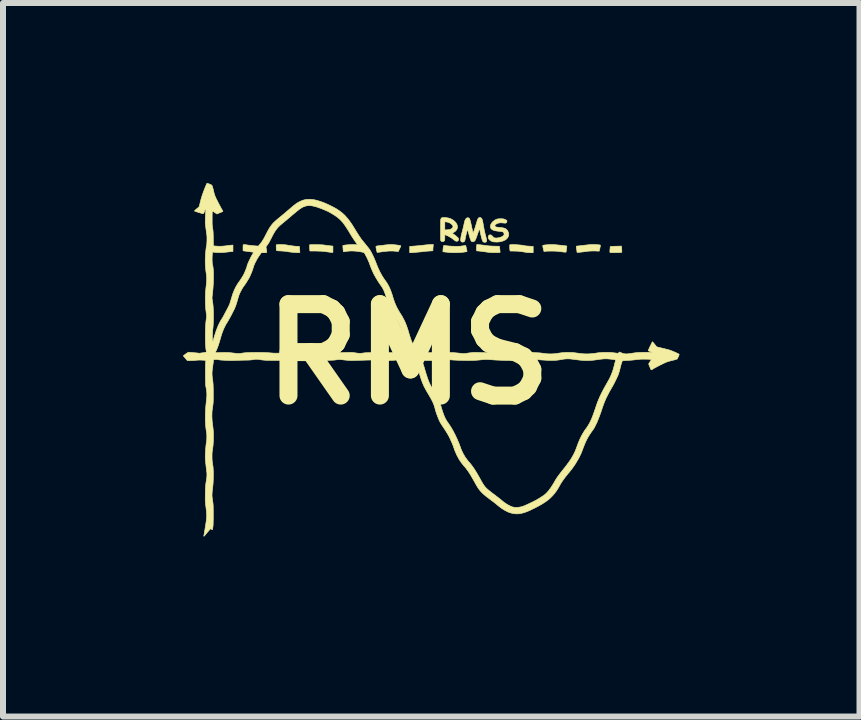
<source format=kicad_pcb>
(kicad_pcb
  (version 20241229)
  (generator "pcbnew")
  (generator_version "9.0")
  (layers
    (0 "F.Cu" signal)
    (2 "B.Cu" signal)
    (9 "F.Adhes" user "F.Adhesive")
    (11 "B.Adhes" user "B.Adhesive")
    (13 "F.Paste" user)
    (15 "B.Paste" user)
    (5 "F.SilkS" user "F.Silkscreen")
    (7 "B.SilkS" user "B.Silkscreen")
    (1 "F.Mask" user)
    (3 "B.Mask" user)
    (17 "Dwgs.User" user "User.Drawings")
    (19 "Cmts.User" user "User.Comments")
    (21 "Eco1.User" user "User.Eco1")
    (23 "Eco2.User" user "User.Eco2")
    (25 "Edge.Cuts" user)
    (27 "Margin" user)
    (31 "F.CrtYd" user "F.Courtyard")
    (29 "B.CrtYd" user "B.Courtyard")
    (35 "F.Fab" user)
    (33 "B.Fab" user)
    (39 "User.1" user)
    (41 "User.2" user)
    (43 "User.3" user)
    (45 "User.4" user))
  (footprint "RMS"
    (layer "F.Cu")
    (at 3.754 2.854)
    (property "Reference" "RMS" (at 0 0 0) (layer "F.SilkS") (effects (font (size 1.524 1.524) (thickness 0.3))))
    (attr through_hole)
    (fp_poly (pts (xy 3.559 -1.752) (xy 3.56 -1.73) (xy 3.56 -1.713) (xy 3.56 -1.701) (xy 3.56 -1.699) (xy 3.554 -1.697) (xy 3.539 -1.696) (xy 3.519 -1.695) (xy 3.494 -1.694) (xy 3.467 -1.694) (xy 3.439 -1.693) (xy 3.414 -1.693) (xy 3.391 -1.693) (xy 3.375 -1.694) (xy 3.366 -1.695) (xy 3.365 -1.695) (xy 3.362 -1.701) (xy 3.361 -1.713) (xy 3.362 -1.734) (xy 3.363 -1.746) (xy 3.365 -1.767) (xy 3.366 -1.784) (xy 3.368 -1.793) (xy 3.369 -1.795) (xy 3.374 -1.796) (xy 3.388 -1.797) (xy 3.409 -1.798) (xy 3.435 -1.799) (xy 3.463 -1.8) (xy 3.555 -1.802) (xy 3.559 -1.752)) (stroke (width 0.01) (type solid)) (fill yes) (layer "F.SilkS"))
    (fp_poly (pts (xy 1.766 -1.827) (xy 1.798 -1.826) (xy 1.832 -1.823) (xy 1.868 -1.82) (xy 1.901 -1.816) (xy 1.929 -1.811) (xy 1.933 -1.81) (xy 1.956 -1.806) (xy 1.985 -1.803) (xy 2.015 -1.801) (xy 2.028 -1.8) (xy 2.083 -1.797) (xy 2.083 -1.692) (xy 2.041 -1.692) (xy 2.019 -1.693) (xy 1.999 -1.694) (xy 1.986 -1.695) (xy 1.984 -1.695) (xy 1.973 -1.697) (xy 1.955 -1.7) (xy 1.931 -1.703) (xy 1.906 -1.708) (xy 1.905 -1.708) (xy 1.832 -1.717) (xy 1.77 -1.719) (xy 1.698 -1.72) (xy 1.695 -1.737) (xy 1.693 -1.752) (xy 1.692 -1.772) (xy 1.692 -1.789) (xy 1.692 -1.823) (xy 1.721 -1.827) (xy 1.74 -1.828) (xy 1.766 -1.827)) (stroke (width 0.01) (type solid)) (fill yes) (layer "F.SilkS"))
    (fp_poly (pts (xy 0.415 -1.791) (xy 0.413 -1.77) (xy 0.412 -1.751) (xy 0.411 -1.738) (xy 0.411 -1.737) (xy 0.411 -1.724) (xy 0.352 -1.72) (xy 0.324 -1.718) (xy 0.297 -1.716) (xy 0.274 -1.714) (xy 0.262 -1.712) (xy 0.247 -1.71) (xy 0.224 -1.707) (xy 0.197 -1.705) (xy 0.166 -1.702) (xy 0.134 -1.699) (xy 0.104 -1.696) (xy 0.077 -1.694) (xy 0.055 -1.692) (xy 0.041 -1.692) (xy 0.04 -1.692) (xy 0.025 -1.692) (xy 0.025 -1.797) (xy 0.108 -1.803) (xy 0.141 -1.806) (xy 0.175 -1.809) (xy 0.207 -1.812) (xy 0.234 -1.815) (xy 0.241 -1.816) (xy 0.268 -1.819) (xy 0.301 -1.823) (xy 0.334 -1.825) (xy 0.355 -1.827) (xy 0.418 -1.83) (xy 0.415 -1.791)) (stroke (width 0.01) (type solid)) (fill yes) (layer "F.SilkS"))
    (fp_poly (pts (xy -1.545 -1.826) (xy -1.514 -1.826) (xy -1.483 -1.825) (xy -1.455 -1.824) (xy -1.43 -1.823) (xy -1.411 -1.821) (xy -1.4 -1.82) (xy -1.381 -1.817) (xy -1.357 -1.813) (xy -1.33 -1.81) (xy -1.312 -1.808) (xy -1.255 -1.802) (xy -1.255 -1.697) (xy -1.276 -1.697) (xy -1.294 -1.699) (xy -1.315 -1.701) (xy -1.328 -1.703) (xy -1.349 -1.706) (xy -1.374 -1.709) (xy -1.399 -1.713) (xy -1.402 -1.713) (xy -1.421 -1.715) (xy -1.448 -1.717) (xy -1.48 -1.718) (xy -1.514 -1.719) (xy -1.542 -1.72) (xy -1.639 -1.72) (xy -1.643 -1.77) (xy -1.644 -1.791) (xy -1.644 -1.809) (xy -1.644 -1.82) (xy -1.643 -1.823) (xy -1.637 -1.825) (xy -1.622 -1.825) (xy -1.601 -1.826) (xy -1.574 -1.826) (xy -1.545 -1.826)) (stroke (width 0.01) (type solid)) (fill yes) (layer "F.SilkS"))
    (fp_poly (pts (xy 0.611 -1.811) (xy 0.611 -1.811) (xy 0.646 -1.807) (xy 0.685 -1.803) (xy 0.727 -1.8) (xy 0.77 -1.799) (xy 0.81 -1.798) (xy 0.847 -1.799) (xy 0.876 -1.801) (xy 0.889 -1.803) (xy 0.91 -1.806) (xy 0.93 -1.809) (xy 0.938 -1.81) (xy 0.959 -1.812) (xy 0.97 -1.762) (xy 0.975 -1.741) (xy 0.979 -1.724) (xy 0.98 -1.713) (xy 0.98 -1.71) (xy 0.974 -1.709) (xy 0.961 -1.707) (xy 0.941 -1.704) (xy 0.917 -1.7) (xy 0.912 -1.7) (xy 0.872 -1.696) (xy 0.826 -1.694) (xy 0.779 -1.693) (xy 0.734 -1.693) (xy 0.699 -1.695) (xy 0.684 -1.696) (xy 0.664 -1.698) (xy 0.64 -1.701) (xy 0.628 -1.702) (xy 0.578 -1.708) (xy 0.581 -1.754) (xy 0.584 -1.78) (xy 0.586 -1.797) (xy 0.589 -1.807) (xy 0.594 -1.812) (xy 0.601 -1.813) (xy 0.611 -1.811)) (stroke (width 0.01) (type solid)) (fill yes) (layer "F.SilkS"))
    (fp_poly (pts (xy 1.181 -1.826) (xy 1.199 -1.824) (xy 1.225 -1.821) (xy 1.255 -1.817) (xy 1.284 -1.813) (xy 1.288 -1.812) (xy 1.339 -1.806) (xy 1.396 -1.802) (xy 1.44 -1.801) (xy 1.521 -1.799) (xy 1.527 -1.749) (xy 1.529 -1.728) (xy 1.531 -1.711) (xy 1.531 -1.7) (xy 1.531 -1.697) (xy 1.525 -1.696) (xy 1.511 -1.695) (xy 1.491 -1.694) (xy 1.466 -1.694) (xy 1.439 -1.694) (xy 1.412 -1.694) (xy 1.387 -1.695) (xy 1.366 -1.696) (xy 1.356 -1.697) (xy 1.331 -1.7) (xy 1.305 -1.703) (xy 1.283 -1.706) (xy 1.278 -1.707) (xy 1.26 -1.71) (xy 1.236 -1.713) (xy 1.211 -1.716) (xy 1.186 -1.719) (xy 1.165 -1.721) (xy 1.15 -1.722) (xy 1.147 -1.722) (xy 1.142 -1.723) (xy 1.139 -1.729) (xy 1.138 -1.74) (xy 1.138 -1.76) (xy 1.138 -1.76) (xy 1.138 -1.781) (xy 1.14 -1.8) (xy 1.141 -1.813) (xy 1.144 -1.829) (xy 1.181 -1.826)) (stroke (width 0.01) (type solid)) (fill yes) (layer "F.SilkS"))
    (fp_poly (pts (xy -2.107 -1.827) (xy -2.077 -1.826) (xy -2.05 -1.824) (xy -2.027 -1.821) (xy -2.014 -1.819) (xy -1.996 -1.815) (xy -1.97 -1.811) (xy -1.94 -1.807) (xy -1.909 -1.803) (xy -1.88 -1.8) (xy -1.856 -1.799) (xy -1.843 -1.798) (xy -1.815 -1.798) (xy -1.812 -1.777) (xy -1.81 -1.759) (xy -1.808 -1.737) (xy -1.808 -1.725) (xy -1.806 -1.694) (xy -1.842 -1.693) (xy -1.861 -1.694) (xy -1.887 -1.695) (xy -1.916 -1.697) (xy -1.94 -1.7) (xy -1.966 -1.703) (xy -1.99 -1.706) (xy -2.009 -1.71) (xy -2.021 -1.712) (xy -2.033 -1.714) (xy -2.052 -1.716) (xy -2.077 -1.718) (xy -2.105 -1.72) (xy -2.116 -1.721) (xy -2.147 -1.722) (xy -2.172 -1.724) (xy -2.188 -1.726) (xy -2.196 -1.729) (xy -2.196 -1.729) (xy -2.197 -1.737) (xy -2.199 -1.751) (xy -2.199 -1.771) (xy -2.2 -1.779) (xy -2.2 -1.823) (xy -2.176 -1.827) (xy -2.159 -1.828) (xy -2.135 -1.828) (xy -2.107 -1.827)) (stroke (width 0.01) (type solid)) (fill yes) (layer "F.SilkS"))
    (fp_poly (pts (xy -0.243 -1.826) (xy -0.196 -1.821) (xy -0.195 -1.821) (xy -0.166 -1.817) (xy -0.145 -1.813) (xy -0.132 -1.81) (xy -0.125 -1.808) (xy -0.123 -1.805) (xy -0.123 -1.804) (xy -0.126 -1.798) (xy -0.131 -1.785) (xy -0.139 -1.767) (xy -0.145 -1.755) (xy -0.165 -1.711) (xy -0.185 -1.714) (xy -0.25 -1.72) (xy -0.322 -1.72) (xy -0.401 -1.712) (xy -0.419 -1.71) (xy -0.453 -1.705) (xy -0.478 -1.701) (xy -0.496 -1.699) (xy -0.508 -1.698) (xy -0.515 -1.698) (xy -0.518 -1.698) (xy -0.52 -1.7) (xy -0.52 -1.702) (xy -0.52 -1.703) (xy -0.523 -1.714) (xy -0.527 -1.731) (xy -0.531 -1.751) (xy -0.535 -1.769) (xy -0.537 -1.785) (xy -0.538 -1.793) (xy -0.537 -1.797) (xy -0.531 -1.801) (xy -0.519 -1.804) (xy -0.499 -1.807) (xy -0.489 -1.808) (xy -0.461 -1.811) (xy -0.429 -1.815) (xy -0.397 -1.819) (xy -0.384 -1.821) (xy -0.333 -1.826) (xy -0.288 -1.828) (xy -0.243 -1.826)) (stroke (width 0.01) (type solid)) (fill yes) (layer "F.SilkS"))
    (fp_poly (pts (xy 3.09 -1.828) (xy 3.119 -1.827) (xy 3.146 -1.826) (xy 3.17 -1.824) (xy 3.188 -1.822) (xy 3.199 -1.82) (xy 3.202 -1.819) (xy 3.203 -1.812) (xy 3.201 -1.795) (xy 3.196 -1.771) (xy 3.195 -1.766) (xy 3.183 -1.718) (xy 3.114 -1.721) (xy 3.078 -1.721) (xy 3.045 -1.72) (xy 3.009 -1.718) (xy 2.968 -1.713) (xy 2.962 -1.712) (xy 2.917 -1.706) (xy 2.882 -1.702) (xy 2.855 -1.699) (xy 2.836 -1.698) (xy 2.823 -1.697) (xy 2.816 -1.698) (xy 2.814 -1.7) (xy 2.813 -1.707) (xy 2.811 -1.721) (xy 2.809 -1.74) (xy 2.807 -1.75) (xy 2.804 -1.771) (xy 2.803 -1.787) (xy 2.802 -1.798) (xy 2.802 -1.8) (xy 2.809 -1.802) (xy 2.82 -1.803) (xy 2.83 -1.804) (xy 2.847 -1.806) (xy 2.872 -1.809) (xy 2.901 -1.812) (xy 2.933 -1.816) (xy 2.938 -1.817) (xy 2.977 -1.821) (xy 3.009 -1.825) (xy 3.037 -1.827) (xy 3.063 -1.828) (xy 3.09 -1.828)) (stroke (width 0.01) (type solid)) (fill yes) (layer "F.SilkS"))
    (fp_poly (pts (xy 2.421 -1.827) (xy 2.428 -1.827) (xy 2.449 -1.825) (xy 2.474 -1.823) (xy 2.503 -1.82) (xy 2.533 -1.817) (xy 2.562 -1.814) (xy 2.59 -1.81) (xy 2.613 -1.808) (xy 2.631 -1.805) (xy 2.642 -1.803) (xy 2.644 -1.803) (xy 2.644 -1.797) (xy 2.642 -1.785) (xy 2.64 -1.767) (xy 2.638 -1.748) (xy 2.635 -1.729) (xy 2.633 -1.713) (xy 2.631 -1.704) (xy 2.63 -1.702) (xy 2.625 -1.701) (xy 2.613 -1.701) (xy 2.601 -1.702) (xy 2.584 -1.704) (xy 2.561 -1.707) (xy 2.534 -1.71) (xy 2.515 -1.712) (xy 2.482 -1.716) (xy 2.444 -1.718) (xy 2.404 -1.719) (xy 2.364 -1.719) (xy 2.328 -1.718) (xy 2.299 -1.717) (xy 2.291 -1.716) (xy 2.263 -1.712) (xy 2.251 -1.761) (xy 2.246 -1.782) (xy 2.243 -1.8) (xy 2.243 -1.811) (xy 2.244 -1.814) (xy 2.251 -1.816) (xy 2.267 -1.819) (xy 2.288 -1.822) (xy 2.314 -1.824) (xy 2.343 -1.826) (xy 2.371 -1.827) (xy 2.398 -1.827) (xy 2.421 -1.827)) (stroke (width 0.01) (type solid)) (fill yes) (layer "F.SilkS"))
    (fp_poly (pts (xy 0.621 -2.278) (xy 0.628 -2.277) (xy 0.672 -2.27) (xy 0.709 -2.258) (xy 0.742 -2.24) (xy 0.772 -2.217) (xy 0.798 -2.188) (xy 0.814 -2.159) (xy 0.821 -2.13) (xy 0.819 -2.101) (xy 0.808 -2.075) (xy 0.788 -2.051) (xy 0.76 -2.032) (xy 0.747 -2.024) (xy 0.738 -2.018) (xy 0.737 -2.016) (xy 0.741 -2.012) (xy 0.751 -2.005) (xy 0.762 -1.997) (xy 0.78 -1.984) (xy 0.8 -1.968) (xy 0.814 -1.956) (xy 0.828 -1.942) (xy 0.836 -1.931) (xy 0.84 -1.921) (xy 0.84 -1.916) (xy 0.836 -1.898) (xy 0.826 -1.887) (xy 0.811 -1.882) (xy 0.794 -1.885) (xy 0.774 -1.896) (xy 0.767 -1.902) (xy 0.74 -1.924) (xy 0.707 -1.946) (xy 0.673 -1.965) (xy 0.647 -1.978) (xy 0.63 -1.985) (xy 0.618 -1.99) (xy 0.612 -1.991) (xy 0.611 -1.987) (xy 0.61 -1.974) (xy 0.61 -1.956) (xy 0.61 -1.943) (xy 0.609 -1.921) (xy 0.609 -1.906) (xy 0.607 -1.897) (xy 0.603 -1.891) (xy 0.597 -1.885) (xy 0.596 -1.885) (xy 0.581 -1.876) (xy 0.566 -1.876) (xy 0.556 -1.881) (xy 0.547 -1.888) (xy 0.542 -1.892) (xy 0.541 -1.898) (xy 0.54 -1.914) (xy 0.54 -1.936) (xy 0.539 -1.965) (xy 0.539 -1.998) (xy 0.539 -2.033) (xy 0.539 -2.071) (xy 0.539 -2.071) (xy 0.61 -2.071) (xy 0.652 -2.074) (xy 0.679 -2.076) (xy 0.7 -2.081) (xy 0.71 -2.085) (xy 0.732 -2.1) (xy 0.744 -2.115) (xy 0.746 -2.132) (xy 0.738 -2.15) (xy 0.729 -2.161) (xy 0.7 -2.184) (xy 0.666 -2.199) (xy 0.64 -2.204) (xy 0.61 -2.208) (xy 0.61 -2.071) (xy 0.539 -2.071) (xy 0.539 -2.108) (xy 0.539 -2.144) (xy 0.54 -2.177) (xy 0.54 -2.206) (xy 0.541 -2.229) (xy 0.542 -2.245) (xy 0.543 -2.252) (xy 0.55 -2.265) (xy 0.559 -2.274) (xy 0.573 -2.278) (xy 0.593 -2.279) (xy 0.621 -2.278)) (stroke (width 0.01) (type solid)) (fill yes) (layer "F.SilkS"))
    (fp_poly (pts (xy 1.564 -2.258) (xy 1.582 -2.256) (xy 1.596 -2.253) (xy 1.611 -2.247) (xy 1.617 -2.244) (xy 1.633 -2.236) (xy 1.642 -2.23) (xy 1.645 -2.223) (xy 1.646 -2.216) (xy 1.642 -2.201) (xy 1.636 -2.192) (xy 1.629 -2.187) (xy 1.621 -2.185) (xy 1.608 -2.185) (xy 1.589 -2.187) (xy 1.556 -2.19) (xy 1.53 -2.19) (xy 1.509 -2.187) (xy 1.489 -2.181) (xy 1.481 -2.177) (xy 1.459 -2.165) (xy 1.447 -2.152) (xy 1.445 -2.139) (xy 1.448 -2.134) (xy 1.451 -2.128) (xy 1.456 -2.124) (xy 1.465 -2.121) (xy 1.478 -2.119) (xy 1.498 -2.116) (xy 1.527 -2.114) (xy 1.529 -2.113) (xy 1.568 -2.109) (xy 1.6 -2.101) (xy 1.624 -2.091) (xy 1.642 -2.076) (xy 1.656 -2.059) (xy 1.671 -2.028) (xy 1.676 -1.999) (xy 1.672 -1.971) (xy 1.66 -1.945) (xy 1.64 -1.922) (xy 1.613 -1.902) (xy 1.579 -1.887) (xy 1.54 -1.876) (xy 1.495 -1.87) (xy 1.47 -1.87) (xy 1.448 -1.871) (xy 1.429 -1.872) (xy 1.415 -1.874) (xy 1.412 -1.874) (xy 1.383 -1.886) (xy 1.359 -1.902) (xy 1.342 -1.921) (xy 1.334 -1.941) (xy 1.334 -1.962) (xy 1.336 -1.967) (xy 1.346 -1.983) (xy 1.36 -1.99) (xy 1.376 -1.989) (xy 1.392 -1.98) (xy 1.405 -1.966) (xy 1.421 -1.949) (xy 1.443 -1.938) (xy 1.472 -1.936) (xy 1.508 -1.941) (xy 1.525 -1.945) (xy 1.553 -1.955) (xy 1.575 -1.967) (xy 1.591 -1.981) (xy 1.598 -1.994) (xy 1.598 -2.008) (xy 1.592 -2.023) (xy 1.582 -2.036) (xy 1.576 -2.04) (xy 1.568 -2.041) (xy 1.552 -2.044) (xy 1.53 -2.047) (xy 1.505 -2.05) (xy 1.502 -2.05) (xy 1.459 -2.056) (xy 1.424 -2.065) (xy 1.399 -2.077) (xy 1.382 -2.091) (xy 1.372 -2.109) (xy 1.37 -2.13) (xy 1.375 -2.158) (xy 1.39 -2.186) (xy 1.412 -2.211) (xy 1.442 -2.234) (xy 1.462 -2.245) (xy 1.478 -2.251) (xy 1.492 -2.255) (xy 1.509 -2.257) (xy 1.532 -2.258) (xy 1.539 -2.258) (xy 1.564 -2.258)) (stroke (width 0.01) (type solid)) (fill yes) (layer "F.SilkS"))
    (fp_poly (pts (xy 1.213 -2.273) (xy 1.223 -2.264) (xy 1.23 -2.252) (xy 1.237 -2.234) (xy 1.242 -2.21) (xy 1.247 -2.184) (xy 1.255 -2.139) (xy 1.262 -2.099) (xy 1.269 -2.063) (xy 1.277 -2.027) (xy 1.287 -1.988) (xy 1.291 -1.971) (xy 1.3 -1.938) (xy 1.305 -1.912) (xy 1.307 -1.894) (xy 1.306 -1.882) (xy 1.302 -1.874) (xy 1.295 -1.869) (xy 1.288 -1.867) (xy 1.268 -1.865) (xy 1.251 -1.872) (xy 1.242 -1.883) (xy 1.237 -1.893) (xy 1.231 -1.911) (xy 1.224 -1.935) (xy 1.217 -1.963) (xy 1.21 -1.993) (xy 1.203 -2.022) (xy 1.198 -2.048) (xy 1.196 -2.065) (xy 1.193 -2.079) (xy 1.19 -2.087) (xy 1.189 -2.088) (xy 1.186 -2.083) (xy 1.181 -2.071) (xy 1.174 -2.053) (xy 1.166 -2.03) (xy 1.164 -2.026) (xy 1.151 -1.988) (xy 1.141 -1.959) (xy 1.133 -1.937) (xy 1.126 -1.921) (xy 1.122 -1.91) (xy 1.117 -1.901) (xy 1.113 -1.895) (xy 1.109 -1.89) (xy 1.109 -1.889) (xy 1.094 -1.878) (xy 1.076 -1.874) (xy 1.059 -1.879) (xy 1.052 -1.884) (xy 1.045 -1.895) (xy 1.037 -1.915) (xy 1.027 -1.944) (xy 1.016 -1.983) (xy 1.004 -2.029) (xy 0.998 -2.05) (xy 0.993 -2.067) (xy 0.99 -2.078) (xy 0.989 -2.081) (xy 0.987 -2.077) (xy 0.984 -2.065) (xy 0.979 -2.047) (xy 0.973 -2.025) (xy 0.967 -2.001) (xy 0.961 -1.977) (xy 0.956 -1.954) (xy 0.952 -1.934) (xy 0.95 -1.924) (xy 0.947 -1.906) (xy 0.943 -1.891) (xy 0.94 -1.885) (xy 0.93 -1.875) (xy 0.915 -1.869) (xy 0.899 -1.869) (xy 0.896 -1.87) (xy 0.884 -1.877) (xy 0.879 -1.882) (xy 0.875 -1.893) (xy 0.874 -1.913) (xy 0.877 -1.939) (xy 0.882 -1.97) (xy 0.89 -2.006) (xy 0.897 -2.031) (xy 0.905 -2.061) (xy 0.913 -2.093) (xy 0.92 -2.123) (xy 0.925 -2.143) (xy 0.93 -2.168) (xy 0.936 -2.194) (xy 0.941 -2.215) (xy 0.943 -2.222) (xy 0.953 -2.246) (xy 0.967 -2.264) (xy 0.983 -2.274) (xy 0.999 -2.275) (xy 1.015 -2.267) (xy 1.016 -2.267) (xy 1.02 -2.262) (xy 1.024 -2.255) (xy 1.028 -2.244) (xy 1.033 -2.228) (xy 1.039 -2.206) (xy 1.046 -2.177) (xy 1.054 -2.14) (xy 1.064 -2.094) (xy 1.065 -2.091) (xy 1.07 -2.067) (xy 1.075 -2.046) (xy 1.079 -2.032) (xy 1.082 -2.024) (xy 1.083 -2.024) (xy 1.085 -2.028) (xy 1.09 -2.04) (xy 1.097 -2.058) (xy 1.105 -2.081) (xy 1.114 -2.107) (xy 1.123 -2.135) (xy 1.131 -2.163) (xy 1.139 -2.189) (xy 1.145 -2.211) (xy 1.146 -2.215) (xy 1.155 -2.244) (xy 1.167 -2.265) (xy 1.181 -2.277) (xy 1.197 -2.28) (xy 1.213 -2.273)) (stroke (width 0.01) (type solid)) (fill yes) (layer "F.SilkS"))
    (fp_poly (pts (xy -3.35 -2.848) (xy -3.338 -2.845) (xy -3.321 -2.839) (xy -3.315 -2.837) (xy -3.293 -2.828) (xy -3.28 -2.821) (xy -3.271 -2.813) (xy -3.269 -2.809) (xy -3.265 -2.799) (xy -3.26 -2.781) (xy -3.253 -2.758) (xy -3.246 -2.731) (xy -3.243 -2.717) (xy -3.237 -2.691) (xy -3.231 -2.67) (xy -3.225 -2.651) (xy -3.218 -2.632) (xy -3.209 -2.612) (xy -3.198 -2.588) (xy -3.183 -2.559) (xy -3.171 -2.535) (xy -3.155 -2.504) (xy -3.139 -2.474) (xy -3.125 -2.448) (xy -3.114 -2.427) (xy -3.106 -2.413) (xy -3.103 -2.41) (xy -3.095 -2.396) (xy -3.09 -2.386) (xy -3.089 -2.383) (xy -3.093 -2.379) (xy -3.104 -2.373) (xy -3.12 -2.366) (xy -3.14 -2.358) (xy -3.159 -2.35) (xy -3.171 -2.345) (xy -3.189 -2.337) (xy -3.225 -2.362) (xy -3.243 -2.374) (xy -3.255 -2.381) (xy -3.262 -2.382) (xy -3.265 -2.38) (xy -3.265 -2.379) (xy -3.266 -2.372) (xy -3.267 -2.356) (xy -3.267 -2.334) (xy -3.268 -2.306) (xy -3.268 -2.274) (xy -3.268 -2.261) (xy -3.268 -2.22) (xy -3.268 -2.187) (xy -3.267 -2.159) (xy -3.265 -2.135) (xy -3.262 -2.113) (xy -3.259 -2.095) (xy -3.255 -2.073) (xy -3.253 -2.049) (xy -3.251 -2.023) (xy -3.25 -1.993) (xy -3.249 -1.956) (xy -3.249 -1.924) (xy -3.249 -1.885) (xy -3.248 -1.855) (xy -3.247 -1.833) (xy -3.246 -1.819) (xy -3.245 -1.81) (xy -3.242 -1.806) (xy -3.242 -1.806) (xy -3.235 -1.805) (xy -3.219 -1.803) (xy -3.198 -1.802) (xy -3.174 -1.8) (xy -3.173 -1.8) (xy -3.142 -1.799) (xy -3.112 -1.8) (xy -3.08 -1.802) (xy -3.042 -1.806) (xy -3.029 -1.808) (xy -3 -1.812) (xy -2.974 -1.815) (xy -2.953 -1.817) (xy -2.938 -1.818) (xy -2.934 -1.819) (xy -2.921 -1.819) (xy -2.921 -1.713) (xy -2.95 -1.71) (xy -2.966 -1.709) (xy -2.99 -1.706) (xy -3.017 -1.703) (xy -3.046 -1.7) (xy -3.051 -1.699) (xy -3.123 -1.694) (xy -3.192 -1.695) (xy -3.239 -1.7) (xy -3.26 -1.703) (xy -3.265 -1.668) (xy -3.267 -1.644) (xy -3.268 -1.615) (xy -3.269 -1.585) (xy -3.268 -1.555) (xy -3.267 -1.529) (xy -3.265 -1.507) (xy -3.262 -1.494) (xy -3.262 -1.494) (xy -3.256 -1.468) (xy -3.251 -1.433) (xy -3.248 -1.391) (xy -3.246 -1.343) (xy -3.246 -1.29) (xy -3.247 -1.233) (xy -3.249 -1.173) (xy -3.253 -1.112) (xy -3.258 -1.051) (xy -3.264 -0.992) (xy -3.267 -0.973) (xy -3.269 -0.953) (xy -3.27 -0.935) (xy -3.268 -0.918) (xy -3.265 -0.897) (xy -3.261 -0.876) (xy -3.257 -0.848) (xy -3.253 -0.812) (xy -3.25 -0.769) (xy -3.248 -0.722) (xy -3.247 -0.672) (xy -3.247 -0.62) (xy -3.247 -0.57) (xy -3.249 -0.522) (xy -3.251 -0.479) (xy -3.254 -0.442) (xy -3.255 -0.434) (xy -3.258 -0.404) (xy -3.261 -0.372) (xy -3.263 -0.338) (xy -3.264 -0.307) (xy -3.264 -0.278) (xy -3.263 -0.253) (xy -3.262 -0.235) (xy -3.259 -0.225) (xy -3.259 -0.224) (xy -3.254 -0.224) (xy -3.249 -0.234) (xy -3.247 -0.243) (xy -3.226 -0.314) (xy -3.206 -0.376) (xy -3.186 -0.43) (xy -3.166 -0.479) (xy -3.145 -0.523) (xy -3.123 -0.563) (xy -3.106 -0.589) (xy -3.096 -0.606) (xy -3.083 -0.628) (xy -3.068 -0.656) (xy -3.052 -0.687) (xy -3.035 -0.719) (xy -3.018 -0.75) (xy -3.003 -0.78) (xy -2.99 -0.805) (xy -2.981 -0.826) (xy -2.975 -0.838) (xy -2.971 -0.851) (xy -2.965 -0.872) (xy -2.957 -0.897) (xy -2.949 -0.925) (xy -2.946 -0.935) (xy -2.924 -1.006) (xy -2.9 -1.067) (xy -2.874 -1.121) (xy -2.846 -1.168) (xy -2.831 -1.191) (xy -2.813 -1.215) (xy -2.794 -1.243) (xy -2.775 -1.273) (xy -2.757 -1.302) (xy -2.743 -1.327) (xy -2.739 -1.335) (xy -2.73 -1.353) (xy -2.721 -1.375) (xy -2.711 -1.398) (xy -2.702 -1.422) (xy -2.694 -1.442) (xy -2.689 -1.458) (xy -2.687 -1.466) (xy -2.685 -1.477) (xy -2.679 -1.495) (xy -2.669 -1.519) (xy -2.657 -1.546) (xy -2.643 -1.575) (xy -2.629 -1.604) (xy -2.615 -1.632) (xy -2.601 -1.656) (xy -2.592 -1.671) (xy -2.584 -1.685) (xy -2.578 -1.695) (xy -2.577 -1.699) (xy -2.582 -1.7) (xy -2.595 -1.702) (xy -2.614 -1.705) (xy -2.624 -1.706) (xy -2.651 -1.71) (xy -2.682 -1.714) (xy -2.709 -1.717) (xy -2.711 -1.718) (xy -2.753 -1.724) (xy -2.753 -1.774) (xy -2.753 -1.798) (xy -2.752 -1.814) (xy -2.75 -1.823) (xy -2.746 -1.827) (xy -2.746 -1.827) (xy -2.738 -1.827) (xy -2.723 -1.826) (xy -2.702 -1.824) (xy -2.684 -1.821) (xy -2.655 -1.817) (xy -2.622 -1.813) (xy -2.587 -1.809) (xy -2.563 -1.807) (xy -2.498 -1.802) (xy -2.481 -1.822) (xy -2.442 -1.871) (xy -2.406 -1.929) (xy -2.371 -1.995) (xy -2.37 -1.998) (xy -2.354 -2.029) (xy -2.337 -2.061) (xy -2.319 -2.092) (xy -2.303 -2.118) (xy -2.297 -2.126) (xy -2.279 -2.151) (xy -2.261 -2.174) (xy -2.241 -2.195) (xy -2.218 -2.217) (xy -2.189 -2.242) (xy -2.155 -2.271) (xy -2.151 -2.273) (xy -2.132 -2.289) (xy -2.107 -2.31) (xy -2.078 -2.334) (xy -2.048 -2.359) (xy -2.018 -2.385) (xy -2.012 -2.39) (xy -1.973 -2.423) (xy -1.942 -2.45) (xy -1.916 -2.472) (xy -1.894 -2.489) (xy -1.876 -2.503) (xy -1.861 -2.514) (xy -1.847 -2.523) (xy -1.833 -2.531) (xy -1.819 -2.538) (xy -1.811 -2.542) (xy -1.773 -2.56) (xy -1.74 -2.571) (xy -1.708 -2.578) (xy -1.672 -2.581) (xy -1.642 -2.582) (xy -1.608 -2.58) (xy -1.574 -2.576) (xy -1.538 -2.568) (xy -1.498 -2.557) (xy -1.454 -2.543) (xy -1.402 -2.524) (xy -1.392 -2.52) (xy -1.369 -2.51) (xy -1.34 -2.497) (xy -1.307 -2.481) (xy -1.273 -2.464) (xy -1.24 -2.447) (xy -1.21 -2.431) (xy -1.19 -2.419) (xy -1.142 -2.387) (xy -1.097 -2.352) (xy -1.055 -2.313) (xy -1.014 -2.267) (xy -0.974 -2.216) (xy -0.933 -2.156) (xy -0.891 -2.088) (xy -0.884 -2.077) (xy -0.866 -2.046) (xy -0.845 -2.013) (xy -0.824 -1.98) (xy -0.802 -1.948) (xy -0.783 -1.92) (xy -0.766 -1.898) (xy -0.76 -1.891) (xy -0.727 -1.851) (xy -0.698 -1.815) (xy -0.673 -1.784) (xy -0.653 -1.758) (xy -0.639 -1.739) (xy -0.638 -1.738) (xy -0.621 -1.709) (xy -0.602 -1.673) (xy -0.581 -1.63) (xy -0.561 -1.584) (xy -0.541 -1.535) (xy -0.536 -1.521) (xy -0.505 -1.444) (xy -0.472 -1.374) (xy -0.438 -1.311) (xy -0.401 -1.253) (xy -0.378 -1.222) (xy -0.352 -1.184) (xy -0.329 -1.144) (xy -0.307 -1.099) (xy -0.287 -1.049) (xy -0.267 -0.991) (xy -0.249 -0.93) (xy -0.225 -0.86) (xy -0.193 -0.787) (xy -0.154 -0.716) (xy -0.133 -0.682) (xy -0.099 -0.628) (xy -0.071 -0.575) (xy -0.046 -0.522) (xy -0.024 -0.465) (xy -0.003 -0.402) (xy 0.000061 -0.39) (xy 0.014 -0.343) (xy 0.026 -0.305) (xy 0.036 -0.273) (xy 0.045 -0.246) (xy 0.054 -0.222) (xy 0.063 -0.2) (xy 0.073 -0.179) (xy 0.084 -0.155) (xy 0.084 -0.155) (xy 0.104 -0.115) (xy 0.121 -0.083) (xy 0.135 -0.059) (xy 0.146 -0.041) (xy 0.156 -0.029) (xy 0.165 -0.021) (xy 0.173 -0.017) (xy 0.201 -0.011) (xy 0.236 -0.012) (xy 0.279 -0.018) (xy 0.282 -0.019) (xy 0.296 -0.021) (xy 0.314 -0.023) (xy 0.335 -0.025) (xy 0.363 -0.026) (xy 0.397 -0.027) (xy 0.439 -0.028) (xy 0.489 -0.029) (xy 0.511 -0.029) (xy 0.58 -0.029) (xy 0.641 -0.029) (xy 0.695 -0.028) (xy 0.742 -0.027) (xy 0.785 -0.024) (xy 0.826 -0.02) (xy 0.864 -0.016) (xy 0.878 -0.014) (xy 0.895 -0.012) (xy 0.911 -0.011) (xy 0.927 -0.011) (xy 0.946 -0.012) (xy 0.971 -0.015) (xy 1.003 -0.02) (xy 1.004 -0.02) (xy 1.034 -0.024) (xy 1.059 -0.027) (xy 1.082 -0.029) (xy 1.105 -0.03) (xy 1.132 -0.03) (xy 1.163 -0.029) (xy 1.195 -0.028) (xy 1.23 -0.027) (xy 1.263 -0.027) (xy 1.292 -0.026) (xy 1.316 -0.026) (xy 1.332 -0.026) (xy 1.333 -0.026) (xy 1.378 -0.028) (xy 1.425 -0.028) (xy 1.471 -0.027) (xy 1.515 -0.025) (xy 1.553 -0.022) (xy 1.584 -0.019) (xy 1.586 -0.018) (xy 1.6 -0.016) (xy 1.612 -0.014) (xy 1.623 -0.012) (xy 1.634 -0.012) (xy 1.647 -0.011) (xy 1.662 -0.012) (xy 1.681 -0.013) (xy 1.705 -0.015) (xy 1.736 -0.018) (xy 1.774 -0.022) (xy 1.819 -0.026) (xy 1.852 -0.028) (xy 1.892 -0.03) (xy 1.938 -0.03) (xy 1.988 -0.03) (xy 2.039 -0.029) (xy 2.09 -0.028) (xy 2.139 -0.025) (xy 2.183 -0.023) (xy 2.221 -0.019) (xy 2.25 -0.015) (xy 2.292 -0.009) (xy 2.331 -0.006) (xy 2.368 -0.005) (xy 2.407 -0.006) (xy 2.449 -0.009) (xy 2.497 -0.016) (xy 2.546 -0.023) (xy 2.571 -0.026) (xy 2.603 -0.028) (xy 2.639 -0.03) (xy 2.676 -0.03) (xy 2.712 -0.029) (xy 2.744 -0.028) (xy 2.768 -0.025) (xy 2.769 -0.025) (xy 2.83 -0.017) (xy 2.883 -0.01) (xy 2.931 -0.006) (xy 2.976 -0.005) (xy 3.02 -0.006) (xy 3.065 -0.01) (xy 3.113 -0.015) (xy 3.16 -0.023) (xy 3.187 -0.026) (xy 3.221 -0.028) (xy 3.26 -0.03) (xy 3.301 -0.03) (xy 3.341 -0.03) (xy 3.378 -0.029) (xy 3.408 -0.026) (xy 3.416 -0.025) (xy 3.439 -0.022) (xy 3.462 -0.019) (xy 3.477 -0.017) (xy 3.492 -0.016) (xy 3.501 -0.017) (xy 3.508 -0.023) (xy 3.51 -0.025) (xy 3.519 -0.037) (xy 3.558 -0.021) (xy 3.577 -0.014) (xy 3.596 -0.009) (xy 3.616 -0.006) (xy 3.638 -0.005) (xy 3.665 -0.007) (xy 3.698 -0.011) (xy 3.74 -0.017) (xy 3.742 -0.018) (xy 3.771 -0.022) (xy 3.796 -0.025) (xy 3.821 -0.028) (xy 3.847 -0.029) (xy 3.878 -0.03) (xy 3.914 -0.031) (xy 3.947 -0.031) (xy 4.072 -0.031) (xy 4.036 -0.044) (xy 4.019 -0.05) (xy 4.006 -0.056) (xy 3.999 -0.058) (xy 3.999 -0.058) (xy 4.001 -0.063) (xy 4.006 -0.075) (xy 4.014 -0.093) (xy 4.023 -0.113) (xy 4.034 -0.136) (xy 4.045 -0.158) (xy 4.055 -0.179) (xy 4.063 -0.195) (xy 4.069 -0.205) (xy 4.071 -0.208) (xy 4.075 -0.205) (xy 4.084 -0.195) (xy 4.096 -0.18) (xy 4.105 -0.169) (xy 4.119 -0.152) (xy 4.13 -0.138) (xy 4.138 -0.128) (xy 4.14 -0.126) (xy 4.143 -0.124) (xy 4.148 -0.122) (xy 4.158 -0.119) (xy 4.173 -0.115) (xy 4.194 -0.11) (xy 4.224 -0.103) (xy 4.261 -0.094) (xy 4.262 -0.094) (xy 4.289 -0.087) (xy 4.317 -0.08) (xy 4.341 -0.074) (xy 4.354 -0.07) (xy 4.373 -0.063) (xy 4.396 -0.055) (xy 4.421 -0.044) (xy 4.446 -0.034) (xy 4.47 -0.023) (xy 4.49 -0.013) (xy 4.506 -0.005) (xy 4.515 0.000422) (xy 4.516 0.002) (xy 4.514 0.012) (xy 4.509 0.028) (xy 4.501 0.045) (xy 4.493 0.062) (xy 4.486 0.075) (xy 4.481 0.081) (xy 4.473 0.084) (xy 4.457 0.089) (xy 4.436 0.095) (xy 4.411 0.101) (xy 4.409 0.102) (xy 4.382 0.108) (xy 4.357 0.115) (xy 4.335 0.121) (xy 4.321 0.125) (xy 4.304 0.132) (xy 4.281 0.142) (xy 4.252 0.155) (xy 4.221 0.171) (xy 4.187 0.187) (xy 4.154 0.205) (xy 4.123 0.221) (xy 4.096 0.236) (xy 4.077 0.248) (xy 4.063 0.256) (xy 4.052 0.26) (xy 4.048 0.26) (xy 4.045 0.254) (xy 4.039 0.241) (xy 4.032 0.224) (xy 4.024 0.205) (xy 4.017 0.187) (xy 4.011 0.172) (xy 4.008 0.163) (xy 4.008 0.162) (xy 4.011 0.156) (xy 4.018 0.145) (xy 4.028 0.129) (xy 4.031 0.124) (xy 4.042 0.108) (xy 4.049 0.096) (xy 4.052 0.088) (xy 4.052 0.088) (xy 4.046 0.087) (xy 4.032 0.085) (xy 4.011 0.084) (xy 3.985 0.083) (xy 3.964 0.083) (xy 3.917 0.082) (xy 3.877 0.083) (xy 3.841 0.086) (xy 3.82 0.088) (xy 3.787 0.092) (xy 3.746 0.097) (xy 3.7 0.101) (xy 3.651 0.104) (xy 3.603 0.107) (xy 3.592 0.108) (xy 3.57 0.109) (xy 3.558 0.141) (xy 3.552 0.158) (xy 3.545 0.182) (xy 3.538 0.21) (xy 3.531 0.238) (xy 3.524 0.267) (xy 3.516 0.296) (xy 3.507 0.323) (xy 3.501 0.342) (xy 3.489 0.369) (xy 3.474 0.401) (xy 3.456 0.438) (xy 3.437 0.476) (xy 3.418 0.512) (xy 3.401 0.544) (xy 3.394 0.554) (xy 3.356 0.621) (xy 3.324 0.683) (xy 3.295 0.74) (xy 3.271 0.797) (xy 3.249 0.855) (xy 3.229 0.914) (xy 3.219 0.945) (xy 3.208 0.977) (xy 3.197 1.006) (xy 3.189 1.03) (xy 3.187 1.034) (xy 3.177 1.059) (xy 3.167 1.085) (xy 3.158 1.107) (xy 3.156 1.113) (xy 3.145 1.139) (xy 3.131 1.168) (xy 3.117 1.196) (xy 3.104 1.222) (xy 3.093 1.241) (xy 3.091 1.244) (xy 3.082 1.257) (xy 3.069 1.274) (xy 3.056 1.294) (xy 3.051 1.3) (xy 3.022 1.343) (xy 2.995 1.387) (xy 2.971 1.433) (xy 2.948 1.483) (xy 2.925 1.54) (xy 2.903 1.599) (xy 2.879 1.659) (xy 2.848 1.723) (xy 2.811 1.788) (xy 2.771 1.852) (xy 2.728 1.912) (xy 2.699 1.949) (xy 2.659 1.997) (xy 2.626 2.038) (xy 2.598 2.075) (xy 2.575 2.107) (xy 2.556 2.135) (xy 2.54 2.161) (xy 2.527 2.184) (xy 2.498 2.236) (xy 2.464 2.288) (xy 2.426 2.337) (xy 2.387 2.379) (xy 2.386 2.38) (xy 2.352 2.412) (xy 2.315 2.441) (xy 2.274 2.47) (xy 2.228 2.499) (xy 2.175 2.529) (xy 2.114 2.561) (xy 2.109 2.563) (xy 2.068 2.583) (xy 2.034 2.6) (xy 2.005 2.613) (xy 1.981 2.623) (xy 1.959 2.631) (xy 1.938 2.639) (xy 1.915 2.645) (xy 1.897 2.65) (xy 1.842 2.66) (xy 1.787 2.66) (xy 1.731 2.652) (xy 1.674 2.634) (xy 1.616 2.606) (xy 1.556 2.569) (xy 1.495 2.522) (xy 1.487 2.515) (xy 1.468 2.499) (xy 1.452 2.487) (xy 1.439 2.475) (xy 1.424 2.464) (xy 1.408 2.452) (xy 1.386 2.436) (xy 1.369 2.423) (xy 1.322 2.387) (xy 1.282 2.356) (xy 1.249 2.327) (xy 1.221 2.3) (xy 1.197 2.273) (xy 1.175 2.245) (xy 1.155 2.215) (xy 1.135 2.182) (xy 1.133 2.178) (xy 1.107 2.131) (xy 1.085 2.092) (xy 1.066 2.059) (xy 1.051 2.033) (xy 1.038 2.01) (xy 1.026 1.992) (xy 1.016 1.976) (xy 1.006 1.961) (xy 0.996 1.946) (xy 0.995 1.945) (xy 0.977 1.921) (xy 0.958 1.895) (xy 0.939 1.873) (xy 0.928 1.861) (xy 0.886 1.809) (xy 0.846 1.749) (xy 0.81 1.682) (xy 0.779 1.612) (xy 0.754 1.54) (xy 0.754 1.539) (xy 0.749 1.525) (xy 0.74 1.504) (xy 0.73 1.479) (xy 0.717 1.451) (xy 0.704 1.422) (xy 0.692 1.395) (xy 0.68 1.372) (xy 0.672 1.355) (xy 0.669 1.351) (xy 0.651 1.321) (xy 0.631 1.288) (xy 0.61 1.255) (xy 0.59 1.225) (xy 0.573 1.199) (xy 0.566 1.189) (xy 0.549 1.162) (xy 0.534 1.138) (xy 0.52 1.111) (xy 0.507 1.08) (xy 0.494 1.048) (xy 0.473 0.993) (xy 0.457 0.943) (xy 0.445 0.899) (xy 0.437 0.87) (xy 0.428 0.843) (xy 0.417 0.816) (xy 0.404 0.787) (xy 0.388 0.756) (xy 0.368 0.72) (xy 0.344 0.678) (xy 0.329 0.653) (xy 0.303 0.609) (xy 0.281 0.569) (xy 0.261 0.531) (xy 0.244 0.492) (xy 0.228 0.451) (xy 0.212 0.406) (xy 0.196 0.355) (xy 0.18 0.3) (xy 0.168 0.261) (xy 0.159 0.229) (xy 0.15 0.203) (xy 0.142 0.18) (xy 0.133 0.158) (xy 0.122 0.135) (xy 0.122 0.135) (xy 0.114 0.118) (xy 0.108 0.108) (xy 0.102 0.103) (xy 0.094 0.102) (xy 0.088 0.102) (xy 0.077 0.101) (xy 0.069 0.101) (xy 0.224 0.101) (xy 0.238 0.136) (xy 0.246 0.156) (xy 0.255 0.181) (xy 0.264 0.21) (xy 0.272 0.237) (xy 0.291 0.303) (xy 0.309 0.359) (xy 0.325 0.408) (xy 0.341 0.45) (xy 0.357 0.487) (xy 0.373 0.519) (xy 0.389 0.548) (xy 0.406 0.573) (xy 0.417 0.591) (xy 0.432 0.616) (xy 0.448 0.644) (xy 0.465 0.676) (xy 0.482 0.707) (xy 0.497 0.736) (xy 0.509 0.762) (xy 0.517 0.781) (xy 0.518 0.782) (xy 0.526 0.804) (xy 0.535 0.832) (xy 0.545 0.863) (xy 0.554 0.893) (xy 0.554 0.895) (xy 0.574 0.959) (xy 0.595 1.017) (xy 0.617 1.067) (xy 0.64 1.109) (xy 0.656 1.133) (xy 0.67 1.151) (xy 0.683 1.171) (xy 0.688 1.179) (xy 0.698 1.194) (xy 0.711 1.214) (xy 0.724 1.235) (xy 0.725 1.237) (xy 0.74 1.263) (xy 0.758 1.296) (xy 0.777 1.333) (xy 0.797 1.374) (xy 0.816 1.415) (xy 0.833 1.455) (xy 0.848 1.49) (xy 0.859 1.52) (xy 0.886 1.594) (xy 0.917 1.659) (xy 0.951 1.717) (xy 0.991 1.771) (xy 1.006 1.789) (xy 1.033 1.82) (xy 1.058 1.852) (xy 1.083 1.886) (xy 1.108 1.923) (xy 1.134 1.964) (xy 1.162 2.012) (xy 1.193 2.066) (xy 1.21 2.098) (xy 1.228 2.13) (xy 1.244 2.157) (xy 1.259 2.18) (xy 1.275 2.202) (xy 1.292 2.222) (xy 1.312 2.242) (xy 1.336 2.263) (xy 1.365 2.286) (xy 1.399 2.313) (xy 1.441 2.344) (xy 1.448 2.349) (xy 1.474 2.37) (xy 1.501 2.39) (xy 1.525 2.409) (xy 1.545 2.425) (xy 1.554 2.433) (xy 1.592 2.464) (xy 1.632 2.492) (xy 1.672 2.516) (xy 1.71 2.535) (xy 1.739 2.546) (xy 1.782 2.554) (xy 1.828 2.553) (xy 1.878 2.545) (xy 1.917 2.533) (xy 1.938 2.525) (xy 1.966 2.513) (xy 1.998 2.498) (xy 2.031 2.483) (xy 2.06 2.469) (xy 2.094 2.452) (xy 2.123 2.437) (xy 2.15 2.422) (xy 2.177 2.406) (xy 2.206 2.388) (xy 2.24 2.366) (xy 2.258 2.354) (xy 2.288 2.33) (xy 2.321 2.297) (xy 2.354 2.257) (xy 2.387 2.21) (xy 2.42 2.158) (xy 2.44 2.123) (xy 2.455 2.097) (xy 2.472 2.07) (xy 2.491 2.041) (xy 2.515 2.009) (xy 2.543 1.972) (xy 2.577 1.93) (xy 2.58 1.926) (xy 2.628 1.865) (xy 2.669 1.81) (xy 2.705 1.759) (xy 2.735 1.71) (xy 2.76 1.663) (xy 2.783 1.616) (xy 2.802 1.567) (xy 2.812 1.539) (xy 2.834 1.48) (xy 2.859 1.421) (xy 2.886 1.364) (xy 2.915 1.313) (xy 2.943 1.268) (xy 2.951 1.257) (xy 2.963 1.241) (xy 2.975 1.225) (xy 2.98 1.217) (xy 3 1.187) (xy 3.019 1.154) (xy 3.038 1.117) (xy 3.058 1.074) (xy 3.077 1.024) (xy 3.098 0.966) (xy 3.121 0.9) (xy 3.125 0.887) (xy 3.147 0.822) (xy 3.171 0.761) (xy 3.197 0.701) (xy 3.226 0.641) (xy 3.259 0.578) (xy 3.297 0.51) (xy 3.313 0.482) (xy 3.354 0.409) (xy 3.386 0.339) (xy 3.411 0.272) (xy 3.43 0.204) (xy 3.432 0.196) (xy 3.438 0.172) (xy 3.444 0.148) (xy 3.45 0.128) (xy 3.45 0.127) (xy 3.455 0.112) (xy 3.459 0.102) (xy 3.459 0.098) (xy 3.455 0.096) (xy 3.442 0.092) (xy 3.422 0.089) (xy 3.399 0.085) (xy 3.372 0.082) (xy 3.372 0.082) (xy 3.317 0.077) (xy 3.267 0.077) (xy 3.217 0.082) (xy 3.2 0.084) (xy 3.138 0.093) (xy 3.083 0.1) (xy 3.034 0.104) (xy 2.988 0.105) (xy 2.942 0.105) (xy 2.896 0.102) (xy 2.845 0.097) (xy 2.807 0.092) (xy 2.76 0.086) (xy 2.721 0.081) (xy 2.688 0.078) (xy 2.66 0.077) (xy 2.633 0.078) (xy 2.607 0.08) (xy 2.58 0.084) (xy 2.553 0.089) (xy 2.521 0.094) (xy 2.493 0.098) (xy 2.467 0.101) (xy 2.438 0.102) (xy 2.404 0.103) (xy 2.385 0.103) (xy 2.34 0.103) (xy 2.29 0.1) (xy 2.24 0.097) (xy 2.19 0.093) (xy 2.146 0.087) (xy 2.108 0.081) (xy 2.106 0.081) (xy 2.069 0.077) (xy 2.023 0.077) (xy 1.969 0.082) (xy 1.951 0.084) (xy 1.904 0.09) (xy 1.865 0.095) (xy 1.832 0.099) (xy 1.803 0.102) (xy 1.775 0.103) (xy 1.747 0.104) (xy 1.717 0.105) (xy 1.682 0.104) (xy 1.641 0.104) (xy 1.638 0.104) (xy 1.595 0.103) (xy 1.548 0.101) (xy 1.502 0.099) (xy 1.458 0.097) (xy 1.42 0.094) (xy 1.403 0.093) (xy 1.369 0.091) (xy 1.337 0.089) (xy 1.308 0.088) (xy 1.285 0.088) (xy 1.271 0.088) (xy 1.253 0.09) (xy 1.228 0.092) (xy 1.199 0.095) (xy 1.169 0.098) (xy 1.166 0.098) (xy 1.13 0.101) (xy 1.086 0.103) (xy 1.036 0.104) (xy 0.981 0.104) (xy 0.923 0.103) (xy 0.864 0.102) (xy 0.807 0.1) (xy 0.752 0.097) (xy 0.702 0.093) (xy 0.678 0.091) (xy 0.643 0.088) (xy 0.615 0.085) (xy 0.59 0.084) (xy 0.567 0.084) (xy 0.544 0.085) (xy 0.519 0.088) (xy 0.488 0.092) (xy 0.45 0.097) (xy 0.437 0.099) (xy 0.409 0.103) (xy 0.381 0.105) (xy 0.349 0.105) (xy 0.311 0.104) (xy 0.304 0.104) (xy 0.224 0.101) (xy 0.069 0.101) (xy 0.057 0.1) (xy 0.032 0.098) (xy 0.003 0.096) (xy -0.024 0.093) (xy -0.06 0.09) (xy -0.087 0.088) (xy -0.108 0.087) (xy -0.126 0.087) (xy -0.142 0.089) (xy -0.156 0.091) (xy -0.214 0.099) (xy -0.266 0.103) (xy -0.314 0.104) (xy -0.362 0.102) (xy -0.376 0.101) (xy -0.407 0.098) (xy -0.44 0.096) (xy -0.47 0.095) (xy -0.493 0.095) (xy -0.542 0.095) (xy -0.593 0.096) (xy -0.646 0.097) (xy -0.697 0.098) (xy -0.747 0.1) (xy -0.793 0.101) (xy -0.833 0.102) (xy -0.867 0.103) (xy -0.893 0.104) (xy -0.897 0.104) (xy -0.928 0.105) (xy -0.959 0.105) (xy -0.992 0.103) (xy -1.03 0.1) (xy -1.058 0.097) (xy -1.092 0.093) (xy -1.118 0.09) (xy -1.138 0.089) (xy -1.154 0.089) (xy -1.169 0.089) (xy -1.184 0.091) (xy -1.202 0.094) (xy -1.203 0.094) (xy -1.223 0.097) (xy -1.245 0.099) (xy -1.272 0.1) (xy -1.305 0.101) (xy -1.344 0.102) (xy -1.387 0.101) (xy -1.428 0.101) (xy -1.47 0.102) (xy -1.511 0.102) (xy -1.549 0.103) (xy -1.58 0.104) (xy -1.595 0.104) (xy -1.636 0.106) (xy -1.673 0.105) (xy -1.71 0.102) (xy -1.742 0.099) (xy -1.787 0.094) (xy -1.823 0.09) (xy -1.854 0.088) (xy -1.881 0.088) (xy -1.905 0.088) (xy -1.931 0.091) (xy -1.954 0.094) (xy -1.987 0.097) (xy -2.027 0.1) (xy -2.075 0.101) (xy -2.133 0.102) (xy -2.146 0.102) (xy -2.203 0.103) (xy -2.25 0.103) (xy -2.289 0.103) (xy -2.322 0.102) (xy -2.349 0.102) (xy -2.372 0.101) (xy -2.392 0.1) (xy -2.41 0.098) (xy -2.427 0.097) (xy -2.444 0.094) (xy -2.462 0.092) (xy -2.491 0.087) (xy -2.512 0.085) (xy -2.528 0.084) (xy -2.542 0.084) (xy -2.556 0.086) (xy -2.573 0.089) (xy -2.579 0.09) (xy -2.601 0.093) (xy -2.628 0.096) (xy -2.661 0.098) (xy -2.701 0.099) (xy -2.733 0.099) (xy -2.77 0.1) (xy -2.808 0.101) (xy -2.844 0.102) (xy -2.875 0.103) (xy -2.9 0.104) (xy -2.901 0.104) (xy -2.926 0.105) (xy -2.957 0.105) (xy -2.991 0.104) (xy -3.027 0.103) (xy -3.063 0.101) (xy -3.097 0.099) (xy -3.127 0.097) (xy -3.15 0.094) (xy -3.166 0.091) (xy -3.167 0.091) (xy -3.186 0.088) (xy -3.209 0.088) (xy -3.216 0.089) (xy -3.245 0.092) (xy -3.248 0.126) (xy -3.25 0.144) (xy -3.254 0.169) (xy -3.257 0.198) (xy -3.261 0.227) (xy -3.262 0.231) (xy -3.266 0.263) (xy -3.269 0.292) (xy -3.27 0.32) (xy -3.269 0.349) (xy -3.266 0.382) (xy -3.261 0.421) (xy -3.257 0.447) (xy -3.255 0.47) (xy -3.252 0.496) (xy -3.251 0.526) (xy -3.25 0.562) (xy -3.249 0.605) (xy -3.249 0.658) (xy -3.249 0.66) (xy -3.249 0.706) (xy -3.249 0.743) (xy -3.25 0.773) (xy -3.25 0.797) (xy -3.252 0.818) (xy -3.254 0.836) (xy -3.256 0.854) (xy -3.259 0.873) (xy -3.26 0.879) (xy -3.27 0.954) (xy -3.272 1.033) (xy -3.268 1.116) (xy -3.259 1.182) (xy -3.25 1.263) (xy -3.246 1.35) (xy -3.247 1.438) (xy -3.253 1.524) (xy -3.264 1.605) (xy -3.264 1.606) (xy -3.269 1.641) (xy -3.27 1.682) (xy -3.27 1.727) (xy -3.268 1.772) (xy -3.263 1.814) (xy -3.258 1.844) (xy -3.254 1.87) (xy -3.251 1.903) (xy -3.249 1.943) (xy -3.248 1.988) (xy -3.248 2.035) (xy -3.249 2.082) (xy -3.251 2.129) (xy -3.254 2.172) (xy -3.258 2.211) (xy -3.258 2.212) (xy -3.263 2.254) (xy -3.267 2.288) (xy -3.269 2.316) (xy -3.27 2.34) (xy -3.27 2.362) (xy -3.268 2.384) (xy -3.265 2.408) (xy -3.261 2.434) (xy -3.258 2.456) (xy -3.255 2.476) (xy -3.253 2.496) (xy -3.251 2.517) (xy -3.25 2.542) (xy -3.25 2.571) (xy -3.249 2.607) (xy -3.249 2.65) (xy -3.249 2.672) (xy -3.249 2.73) (xy -3.25 2.779) (xy -3.251 2.818) (xy -3.252 2.849) (xy -3.254 2.873) (xy -3.256 2.881) (xy -3.262 2.926) (xy -3.277 2.918) (xy -3.288 2.913) (xy -3.296 2.911) (xy -3.296 2.911) (xy -3.301 2.915) (xy -3.31 2.925) (xy -3.324 2.941) (xy -3.341 2.961) (xy -3.355 2.978) (xy -3.376 3.003) (xy -3.39 3.02) (xy -3.4 3.03) (xy -3.406 3.034) (xy -3.408 3.033) (xy -3.407 3.03) (xy -3.406 3.02) (xy -3.402 3.002) (xy -3.398 2.978) (xy -3.394 2.95) (xy -3.389 2.924) (xy -3.38 2.869) (xy -3.373 2.824) (xy -3.367 2.785) (xy -3.363 2.752) (xy -3.361 2.723) (xy -3.359 2.697) (xy -3.359 2.672) (xy -3.361 2.646) (xy -3.363 2.619) (xy -3.367 2.588) (xy -3.37 2.558) (xy -3.375 2.524) (xy -3.378 2.495) (xy -3.38 2.47) (xy -3.382 2.446) (xy -3.383 2.42) (xy -3.383 2.391) (xy -3.382 2.356) (xy -3.382 2.319) (xy -3.381 2.272) (xy -3.379 2.234) (xy -3.377 2.202) (xy -3.375 2.175) (xy -3.372 2.151) (xy -3.369 2.13) (xy -3.361 2.086) (xy -3.357 2.049) (xy -3.355 2.018) (xy -3.355 1.991) (xy -3.357 1.968) (xy -3.36 1.952) (xy -3.362 1.928) (xy -3.366 1.898) (xy -3.37 1.865) (xy -3.373 1.831) (xy -3.374 1.829) (xy -3.378 1.792) (xy -3.38 1.762) (xy -3.382 1.737) (xy -3.383 1.713) (xy -3.382 1.687) (xy -3.381 1.658) (xy -3.379 1.623) (xy -3.377 1.588) (xy -3.374 1.554) (xy -3.371 1.522) (xy -3.368 1.496) (xy -3.365 1.478) (xy -3.361 1.451) (xy -3.358 1.42) (xy -3.357 1.387) (xy -3.357 1.356) (xy -3.358 1.329) (xy -3.361 1.308) (xy -3.362 1.303) (xy -3.364 1.291) (xy -3.367 1.272) (xy -3.37 1.246) (xy -3.374 1.217) (xy -3.376 1.191) (xy -3.382 1.094) (xy -3.381 0.99) (xy -3.375 0.879) (xy -3.366 0.791) (xy -3.361 0.747) (xy -3.358 0.711) (xy -3.356 0.68) (xy -3.357 0.652) (xy -3.359 0.625) (xy -3.363 0.596) (xy -3.368 0.563) (xy -3.371 0.549) (xy -3.374 0.534) (xy -3.376 0.517) (xy -3.377 0.497) (xy -3.378 0.472) (xy -3.379 0.441) (xy -3.38 0.403) (xy -3.38 0.357) (xy -3.38 0.34) (xy -3.38 0.298) (xy -3.38 0.258) (xy -3.379 0.221) (xy -3.379 0.189) (xy -3.378 0.163) (xy -3.377 0.145) (xy -3.377 0.139) (xy -3.373 0.103) (xy -3.425 0.099) (xy -3.481 0.097) (xy -3.528 0.1) (xy -3.558 0.103) (xy -3.592 0.105) (xy -3.623 0.106) (xy -3.63 0.106) (xy -3.681 0.107) (xy -3.704 0.08) (xy -3.717 0.064) (xy -3.73 0.049) (xy -3.738 0.04) (xy -3.749 0.026) (xy -3.708 -0.005) (xy -3.687 -0.019) (xy -3.671 -0.029) (xy -3.66 -0.033) (xy -3.653 -0.033) (xy -3.643 -0.032) (xy -3.626 -0.03) (xy -3.602 -0.028) (xy -3.576 -0.026) (xy -3.569 -0.025) (xy -3.543 -0.023) (xy -3.52 -0.021) (xy -3.504 -0.019) (xy -3.495 -0.017) (xy -3.494 -0.017) (xy -3.487 -0.016) (xy -3.473 -0.017) (xy -3.455 -0.02) (xy -3.432 -0.023) (xy -3.407 -0.027) (xy -3.216 -0.027) (xy -3.211 -0.026) (xy -3.197 -0.026) (xy -3.177 -0.026) (xy -3.151 -0.027) (xy -3.123 -0.028) (xy -3.076 -0.029) (xy -3.035 -0.029) (xy -2.996 -0.027) (xy -2.954 -0.024) (xy -2.946 -0.023) (xy -2.918 -0.02) (xy -2.893 -0.017) (xy -2.874 -0.015) (xy -2.861 -0.013) (xy -2.857 -0.013) (xy -2.845 -0.011) (xy -2.825 -0.011) (xy -2.801 -0.013) (xy -2.777 -0.016) (xy -2.766 -0.018) (xy -2.748 -0.021) (xy -2.721 -0.024) (xy -2.687 -0.026) (xy -2.647 -0.027) (xy -2.603 -0.029) (xy -2.557 -0.029) (xy -2.509 -0.03) (xy -2.462 -0.029) (xy -2.416 -0.029) (xy -2.374 -0.027) (xy -2.336 -0.025) (xy -2.305 -0.023) (xy -2.298 -0.022) (xy -2.26 -0.019) (xy -2.226 -0.017) (xy -2.193 -0.017) (xy -2.158 -0.018) (xy -2.118 -0.021) (xy -2.085 -0.025) (xy -2.067 -0.026) (xy -2.039 -0.027) (xy -2.004 -0.028) (xy -1.962 -0.029) (xy -1.915 -0.029) (xy -1.864 -0.029) (xy -1.839 -0.029) (xy -1.784 -0.028) (xy -1.738 -0.028) (xy -1.7 -0.027) (xy -1.668 -0.026) (xy -1.64 -0.024) (xy -1.617 -0.022) (xy -1.596 -0.02) (xy -1.578 -0.018) (xy -1.551 -0.014) (xy -1.53 -0.012) (xy -1.513 -0.011) (xy -1.495 -0.012) (xy -1.474 -0.014) (xy -1.447 -0.018) (xy -1.446 -0.018) (xy -1.413 -0.022) (xy -1.372 -0.025) (xy -1.328 -0.027) (xy -1.282 -0.028) (xy -1.237 -0.028) (xy -1.197 -0.027) (xy -1.181 -0.026) (xy -1.168 -0.026) (xy -1.147 -0.026) (xy -1.12 -0.027) (xy -1.089 -0.027) (xy -1.055 -0.028) (xy -1.046 -0.028) (xy -1.007 -0.029) (xy -0.975 -0.03) (xy -0.95 -0.03) (xy -0.928 -0.029) (xy -0.909 -0.027) (xy -0.889 -0.024) (xy -0.884 -0.023) (xy -0.848 -0.018) (xy -0.819 -0.015) (xy -0.792 -0.015) (xy -0.763 -0.018) (xy -0.743 -0.021) (xy -0.72 -0.024) (xy -0.688 -0.025) (xy -0.65 -0.026) (xy -0.605 -0.026) (xy -0.603 -0.026) (xy -0.578 -0.026) (xy -0.556 -0.026) (xy -0.537 -0.026) (xy -0.519 -0.025) (xy -0.501 -0.025) (xy -0.482 -0.025) (xy -0.461 -0.025) (xy -0.437 -0.025) (xy -0.409 -0.026) (xy -0.376 -0.026) (xy -0.336 -0.026) (xy -0.288 -0.026) (xy -0.232 -0.027) (xy -0.212 -0.027) (xy -0.165 -0.027) (xy -0.12 -0.028) (xy -0.08 -0.028) (xy -0.045 -0.029) (xy -0.016 -0.029) (xy 0.005 -0.03) (xy 0.018 -0.03) (xy 0.022 -0.031) (xy 0.021 -0.036) (xy 0.016 -0.049) (xy 0.008 -0.067) (xy -0.003 -0.089) (xy -0.008 -0.099) (xy -0.022 -0.13) (xy -0.036 -0.162) (xy -0.05 -0.199) (xy -0.065 -0.241) (xy -0.08 -0.29) (xy -0.098 -0.348) (xy -0.102 -0.361) (xy -0.116 -0.407) (xy -0.13 -0.448) (xy -0.145 -0.485) (xy -0.162 -0.521) (xy -0.182 -0.558) (xy -0.207 -0.599) (xy -0.226 -0.63) (xy -0.274 -0.713) (xy -0.314 -0.796) (xy -0.344 -0.877) (xy -0.353 -0.904) (xy -0.368 -0.956) (xy -0.382 -1) (xy -0.396 -1.037) (xy -0.409 -1.069) (xy -0.424 -1.097) (xy -0.44 -1.124) (xy -0.458 -1.15) (xy -0.463 -1.157) (xy -0.48 -1.181) (xy -0.499 -1.21) (xy -0.52 -1.244) (xy -0.541 -1.278) (xy -0.559 -1.311) (xy -0.575 -1.34) (xy -0.584 -1.359) (xy -0.601 -1.397) (xy -0.619 -1.441) (xy -0.638 -1.49) (xy -0.65 -1.524) (xy -0.659 -1.545) (xy -0.67 -1.57) (xy -0.682 -1.597) (xy -0.696 -1.624) (xy -0.709 -1.649) (xy -0.72 -1.67) (xy -0.73 -1.685) (xy -0.736 -1.693) (xy -0.744 -1.696) (xy -0.76 -1.7) (xy -0.782 -1.705) (xy -0.809 -1.709) (xy -0.825 -1.712) (xy -0.899 -1.72) (xy -0.966 -1.721) (xy -1.028 -1.715) (xy -1.048 -1.711) (xy -1.064 -1.709) (xy -1.076 -1.707) (xy -1.08 -1.708) (xy -1.081 -1.714) (xy -1.083 -1.727) (xy -1.085 -1.746) (xy -1.086 -1.76) (xy -1.09 -1.81) (xy -1.078 -1.814) (xy -1.065 -1.817) (xy -1.045 -1.82) (xy -1.019 -1.823) (xy -0.989 -1.825) (xy -0.959 -1.826) (xy -0.93 -1.827) (xy -0.904 -1.827) (xy -0.885 -1.826) (xy -0.842 -1.823) (xy -0.857 -1.842) (xy -0.881 -1.876) (xy -0.909 -1.917) (xy -0.939 -1.963) (xy -0.97 -2.014) (xy -0.97 -2.014) (xy -1.004 -2.07) (xy -1.035 -2.118) (xy -1.063 -2.159) (xy -1.09 -2.195) (xy -1.118 -2.226) (xy -1.146 -2.254) (xy -1.177 -2.28) (xy -1.211 -2.305) (xy -1.249 -2.329) (xy -1.294 -2.356) (xy -1.321 -2.371) (xy -1.344 -2.383) (xy -1.374 -2.396) (xy -1.409 -2.411) (xy -1.446 -2.426) (xy -1.482 -2.439) (xy -1.516 -2.451) (xy -1.54 -2.458) (xy -1.586 -2.47) (xy -1.626 -2.476) (xy -1.661 -2.477) (xy -1.694 -2.473) (xy -1.699 -2.472) (xy -1.717 -2.467) (xy -1.733 -2.462) (xy -1.749 -2.455) (xy -1.766 -2.447) (xy -1.784 -2.436) (xy -1.805 -2.422) (xy -1.829 -2.404) (xy -1.857 -2.382) (xy -1.889 -2.355) (xy -1.928 -2.323) (xy -1.972 -2.285) (xy -1.989 -2.271) (xy -2.016 -2.248) (xy -2.041 -2.227) (xy -2.063 -2.209) (xy -2.081 -2.194) (xy -2.093 -2.184) (xy -2.095 -2.182) (xy -2.134 -2.15) (xy -2.169 -2.116) (xy -2.2 -2.078) (xy -2.229 -2.035) (xy -2.258 -1.984) (xy -2.276 -1.948) (xy -2.291 -1.918) (xy -2.307 -1.888) (xy -2.322 -1.86) (xy -2.336 -1.838) (xy -2.343 -1.828) (xy -2.371 -1.789) (xy -2.364 -1.749) (xy -2.36 -1.724) (xy -2.358 -1.708) (xy -2.359 -1.698) (xy -2.365 -1.693) (xy -2.376 -1.692) (xy -2.394 -1.692) (xy -2.402 -1.692) (xy -2.448 -1.692) (xy -2.473 -1.657) (xy -2.496 -1.623) (xy -2.519 -1.586) (xy -2.539 -1.548) (xy -2.558 -1.511) (xy -2.572 -1.478) (xy -2.581 -1.45) (xy -2.583 -1.443) (xy -2.588 -1.426) (xy -2.596 -1.403) (xy -2.606 -1.375) (xy -2.618 -1.346) (xy -2.63 -1.318) (xy -2.641 -1.293) (xy -2.65 -1.275) (xy -2.664 -1.251) (xy -2.682 -1.222) (xy -2.701 -1.191) (xy -2.721 -1.161) (xy -2.74 -1.135) (xy -2.751 -1.12) (xy -2.761 -1.104) (xy -2.774 -1.082) (xy -2.788 -1.055) (xy -2.802 -1.028) (xy -2.814 -1.002) (xy -2.822 -0.981) (xy -2.824 -0.975) (xy -2.827 -0.964) (xy -2.833 -0.946) (xy -2.84 -0.922) (xy -2.848 -0.894) (xy -2.853 -0.876) (xy -2.865 -0.838) (xy -2.876 -0.805) (xy -2.889 -0.773) (xy -2.905 -0.738) (xy -2.917 -0.715) (xy -2.943 -0.663) (xy -2.966 -0.62) (xy -2.987 -0.582) (xy -3.005 -0.551) (xy -3.022 -0.523) (xy -3.026 -0.517) (xy -3.041 -0.492) (xy -3.057 -0.46) (xy -3.074 -0.425) (xy -3.089 -0.388) (xy -3.102 -0.353) (xy -3.103 -0.353) (xy -3.106 -0.341) (xy -3.11 -0.33) (xy -3.114 -0.317) (xy -3.119 -0.3) (xy -3.126 -0.279) (xy -3.133 -0.251) (xy -3.144 -0.216) (xy -3.144 -0.213) (xy -3.163 -0.154) (xy -3.181 -0.104) (xy -3.198 -0.064) (xy -3.207 -0.047) (xy -3.213 -0.034) (xy -3.216 -0.027) (xy -3.216 -0.027) (xy -3.407 -0.027) (xy -3.407 -0.027) (xy -3.392 -0.028) (xy -3.375 -0.03) (xy -3.367 -0.033) (xy -3.364 -0.037) (xy -3.365 -0.044) (xy -3.365 -0.045) (xy -3.37 -0.071) (xy -3.374 -0.105) (xy -3.377 -0.147) (xy -3.38 -0.194) (xy -3.381 -0.245) (xy -3.381 -0.299) (xy -3.381 -0.353) (xy -3.38 -0.407) (xy -3.378 -0.458) (xy -3.375 -0.506) (xy -3.371 -0.548) (xy -3.366 -0.584) (xy -3.363 -0.605) (xy -3.36 -0.621) (xy -3.361 -0.641) (xy -3.363 -0.667) (xy -3.365 -0.676) (xy -3.375 -0.755) (xy -3.38 -0.841) (xy -3.382 -0.929) (xy -3.379 -1.018) (xy -3.372 -1.105) (xy -3.368 -1.135) (xy -3.362 -1.192) (xy -3.359 -1.24) (xy -3.359 -1.281) (xy -3.362 -1.318) (xy -3.363 -1.323) (xy -3.371 -1.376) (xy -3.376 -1.421) (xy -3.38 -1.463) (xy -3.382 -1.502) (xy -3.383 -1.542) (xy -3.383 -1.548) (xy -3.383 -1.583) (xy -3.381 -1.62) (xy -3.379 -1.658) (xy -3.376 -1.696) (xy -3.373 -1.731) (xy -3.369 -1.761) (xy -3.366 -1.785) (xy -3.363 -1.798) (xy -3.36 -1.81) (xy -3.358 -1.829) (xy -3.356 -1.854) (xy -3.355 -1.881) (xy -3.354 -1.887) (xy -3.354 -1.913) (xy -3.354 -1.935) (xy -3.354 -1.957) (xy -3.356 -1.979) (xy -3.359 -2.006) (xy -3.364 -2.038) (xy -3.368 -2.068) (xy -3.373 -2.105) (xy -3.377 -2.134) (xy -3.38 -2.159) (xy -3.382 -2.181) (xy -3.383 -2.203) (xy -3.382 -2.228) (xy -3.382 -2.258) (xy -3.381 -2.276) (xy -3.38 -2.308) (xy -3.378 -2.338) (xy -3.377 -2.364) (xy -3.375 -2.384) (xy -3.374 -2.396) (xy -3.374 -2.396) (xy -3.371 -2.409) (xy -3.372 -2.415) (xy -3.376 -2.414) (xy -3.378 -2.413) (xy -3.385 -2.406) (xy -3.392 -2.392) (xy -3.396 -2.381) (xy -3.402 -2.364) (xy -3.406 -2.353) (xy -3.411 -2.346) (xy -3.419 -2.343) (xy -3.431 -2.344) (xy -3.449 -2.349) (xy -3.474 -2.357) (xy -3.486 -2.361) (xy -3.512 -2.369) (xy -3.534 -2.376) (xy -3.551 -2.382) (xy -3.561 -2.386) (xy -3.562 -2.387) (xy -3.56 -2.392) (xy -3.55 -2.402) (xy -3.532 -2.418) (xy -3.507 -2.439) (xy -3.494 -2.449) (xy -3.489 -2.454) (xy -3.485 -2.462) (xy -3.48 -2.474) (xy -3.476 -2.493) (xy -3.47 -2.517) (xy -3.455 -2.579) (xy -3.435 -2.645) (xy -3.411 -2.713) (xy -3.385 -2.78) (xy -3.377 -2.798) (xy -3.368 -2.819) (xy -3.361 -2.835) (xy -3.356 -2.846) (xy -3.355 -2.849) (xy -3.35 -2.848)) (stroke (width 0.01) (type solid)) (fill yes) (layer "F.SilkS")))
  (gr_rect
    (start -3 -3)
    (end 11.276 8.893)
    (stroke (width 0.1) (type default))
    (fill no)
    (layer "Edge.Cuts")))
</source>
